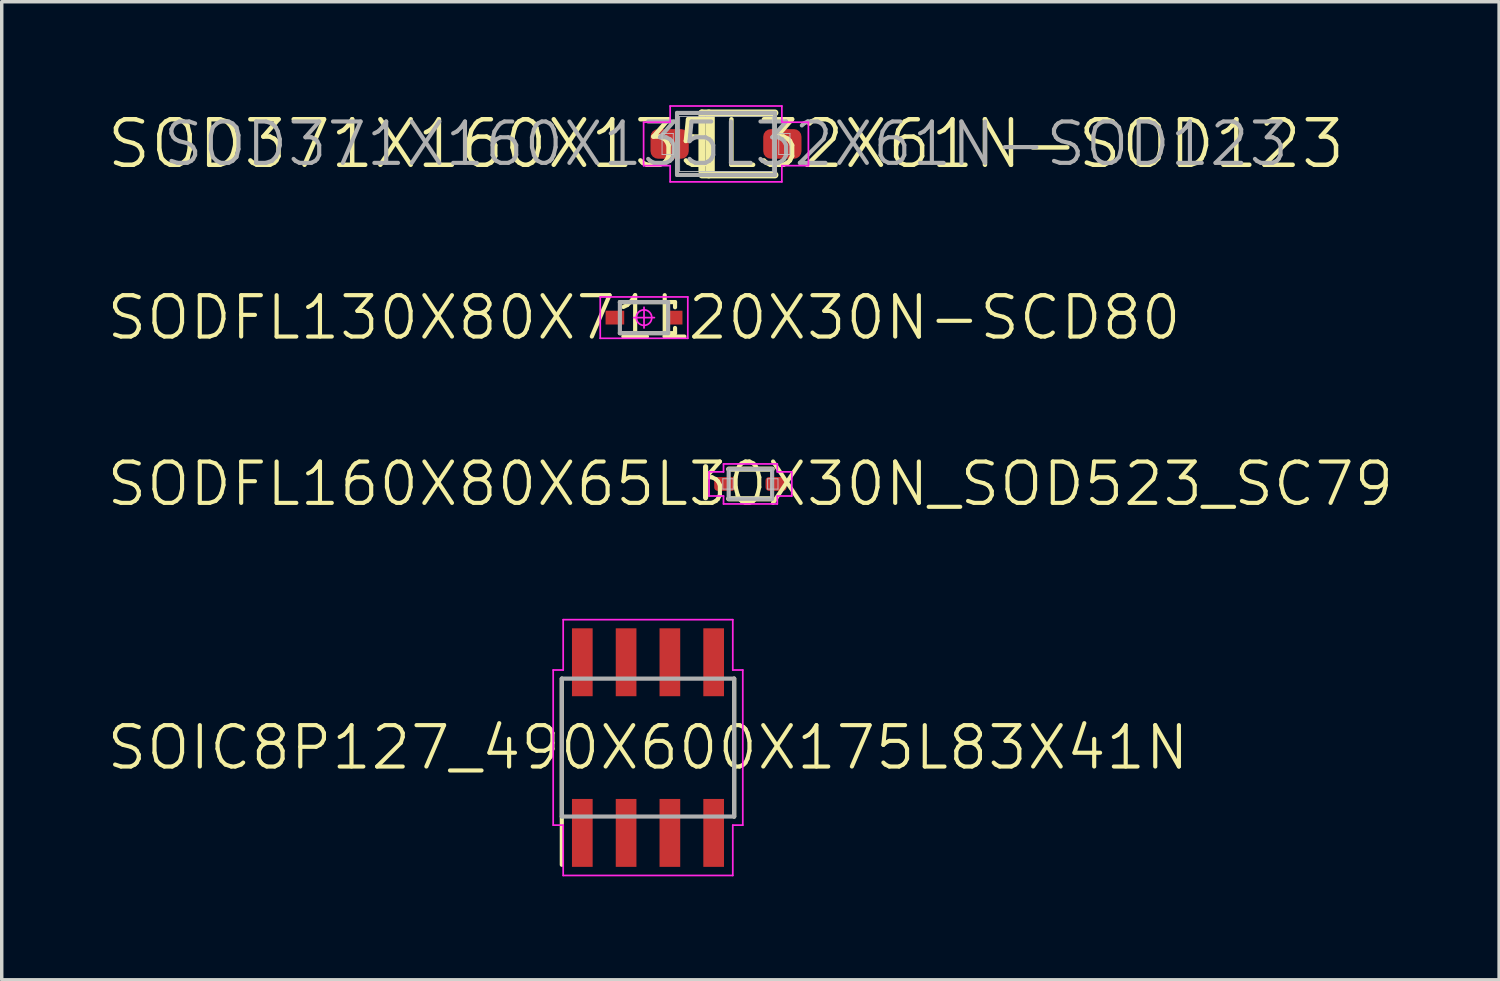
<source format=kicad_pcb>
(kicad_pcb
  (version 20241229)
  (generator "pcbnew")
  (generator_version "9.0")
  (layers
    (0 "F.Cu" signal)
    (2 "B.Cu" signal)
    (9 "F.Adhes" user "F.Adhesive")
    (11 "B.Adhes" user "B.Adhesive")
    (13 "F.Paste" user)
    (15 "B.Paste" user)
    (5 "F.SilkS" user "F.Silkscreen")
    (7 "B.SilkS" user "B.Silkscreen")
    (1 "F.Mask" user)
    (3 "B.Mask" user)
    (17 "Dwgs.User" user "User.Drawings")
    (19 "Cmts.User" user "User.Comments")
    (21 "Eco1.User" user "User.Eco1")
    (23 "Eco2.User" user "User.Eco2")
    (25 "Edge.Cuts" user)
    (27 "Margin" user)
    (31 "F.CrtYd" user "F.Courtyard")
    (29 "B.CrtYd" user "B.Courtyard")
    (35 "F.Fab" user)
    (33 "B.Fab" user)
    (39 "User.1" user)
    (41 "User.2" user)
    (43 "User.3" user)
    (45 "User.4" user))
  (footprint "SODFL160X80X65L30X30N_SOD523_SC79"
    (layer "F.Cu")
    (at 18.717 10.988)
    (property "Reference" "SODFL160X80X65L30X30N_SOD523_SC79" (at 0 0 0) (layer "F.SilkS") (effects (font (size 1.2 1.2) (thickness 0.12))))
    (attr smd)
    (fp_line (start -1.3 -0.5) (end -1.3 0.4) (stroke (width 0.15) (type solid)) (layer "F.SilkS"))
    (fp_line (start -0.63 -0.43) (end 0.63 -0.43) (stroke (width 0.15) (type solid)) (layer "F.SilkS"))
    (fp_line (start 0.63 0.43) (end -0.63 0.43) (stroke (width 0.15) (type solid)) (layer "F.SilkS"))
    (fp_line (start -0.8 -0.15) (end -0.5 -0.15) (stroke (width 0.025) (type solid)) (layer "Dwgs.User"))
    (fp_line (start -0.8 0.15) (end -0.8 -0.15) (stroke (width 0.025) (type solid)) (layer "Dwgs.User"))
    (fp_line (start -0.6 -0.4) (end 0.6 -0.4) (stroke (width 0.025) (type solid)) (layer "Dwgs.User"))
    (fp_line (start -0.6 0.4) (end -0.6 -0.4) (stroke (width 0.025) (type solid)) (layer "Dwgs.User"))
    (fp_line (start -0.5 -0.15) (end -0.5 0.15) (stroke (width 0.025) (type solid)) (layer "Dwgs.User"))
    (fp_line (start -0.5 0.15) (end -0.8 0.15) (stroke (width 0.025) (type solid)) (layer "Dwgs.User"))
    (fp_line (start 0.5 -0.15) (end 0.8 -0.15) (stroke (width 0.025) (type solid)) (layer "Dwgs.User"))
    (fp_line (start 0.5 0.15) (end 0.5 -0.15) (stroke (width 0.025) (type solid)) (layer "Dwgs.User"))
    (fp_line (start 0.6 -0.4) (end 0.6 0.4) (stroke (width 0.025) (type solid)) (layer "Dwgs.User"))
    (fp_line (start 0.6 0.4) (end -0.6 0.4) (stroke (width 0.025) (type solid)) (layer "Dwgs.User"))
    (fp_line (start 0.8 -0.15) (end 0.8 0.15) (stroke (width 0.025) (type solid)) (layer "Dwgs.User"))
    (fp_line (start 0.8 0.15) (end 0.5 0.15) (stroke (width 0.025) (type solid)) (layer "Dwgs.User"))
    (fp_line (start -1.2 -0.35) (end -1.2 0.35) (stroke (width 0.05) (type solid)) (layer "F.CrtYd"))
    (fp_line (start -1.2 0.35) (end -0.78 0.35) (stroke (width 0.05) (type solid)) (layer "F.CrtYd"))
    (fp_line (start -0.78 -0.58) (end -0.78 -0.35) (stroke (width 0.05) (type solid)) (layer "F.CrtYd"))
    (fp_line (start -0.78 -0.35) (end -1.2 -0.35) (stroke (width 0.05) (type solid)) (layer "F.CrtYd"))
    (fp_line (start -0.78 0.35) (end -0.78 0.58) (stroke (width 0.05) (type solid)) (layer "F.CrtYd"))
    (fp_line (start -0.78 0.58) (end 0.78 0.58) (stroke (width 0.05) (type solid)) (layer "F.CrtYd"))
    (fp_line (start 0.78 -0.58) (end -0.78 -0.58) (stroke (width 0.05) (type solid)) (layer "F.CrtYd"))
    (fp_line (start 0.78 -0.35) (end 0.78 -0.58) (stroke (width 0.05) (type solid)) (layer "F.CrtYd"))
    (fp_line (start 0.78 0.35) (end 1.2 0.35) (stroke (width 0.05) (type solid)) (layer "F.CrtYd"))
    (fp_line (start 0.78 0.58) (end 0.78 0.35) (stroke (width 0.05) (type solid)) (layer "F.CrtYd"))
    (fp_line (start 1.2 -0.35) (end 0.78 -0.35) (stroke (width 0.05) (type solid)) (layer "F.CrtYd"))
    (fp_line (start 1.2 0.35) (end 1.2 -0.35) (stroke (width 0.05) (type solid)) (layer "F.CrtYd"))
    (fp_line (start -0.63 -0.43) (end 0.63 -0.43) (stroke (width 0.12) (type solid)) (layer "F.Fab"))
    (fp_line (start -0.63 0.43) (end -0.63 -0.43) (stroke (width 0.12) (type solid)) (layer "F.Fab"))
    (fp_line (start 0.63 -0.43) (end 0.63 0.43) (stroke (width 0.12) (type solid)) (layer "F.Fab"))
    (fp_line (start 0.63 0.43) (end -0.63 0.43) (stroke (width 0.12) (type solid)) (layer "F.Fab"))
    (pad "1" smd roundrect (at -0.745 0) (size 0.61 0.4) (layers "F.Cu" "F.Mask" "F.Paste") (roundrect_rratio 0.25))
    (pad "2" smd roundrect (at 0.745 0) (size 0.61 0.4) (layers "F.Cu" "F.Mask" "F.Paste") (roundrect_rratio 0.25)))
  (footprint "SOD371X160X135L32X61N-SOD123"
    (layer "F.Cu")
    (at 18.009 1.125)
    (property "Reference" "SOD371X160X135L32X61N-SOD123" (at 0 0 0) (layer "F.Fab") (effects (font (size 1.2 1.2) (thickness 0.12))))
    (attr smd)
    (fp_line (start -0.7 -0.9) (end -0.7 0.8) (stroke (width 0.2) (type solid)) (layer "F.SilkS"))
    (fp_line (start -0.7 -0.9) (end 1.42 -0.9) (stroke (width 0.2) (type solid)) (layer "F.SilkS"))
    (fp_line (start -0.7 0.8) (end -0.7 0.9) (stroke (width 0.15) (type solid)) (layer "F.SilkS"))
    (fp_line (start -0.5 -0.9) (end -0.5 0.9) (stroke (width 0.2) (type solid)) (layer "F.SilkS"))
    (fp_line (start -0.4 -0.9) (end -0.4 0.9) (stroke (width 0.15) (type solid)) (layer "F.SilkS"))
    (fp_line (start 1.42 0.9) (end -0.7 0.9) (stroke (width 0.2) (type solid)) (layer "F.SilkS"))
    (fp_line (start -1.855 -0.305) (end -1.53 -0.305) (stroke (width 0.025) (type solid)) (layer "Dwgs.User"))
    (fp_line (start -1.855 0.305) (end -1.855 -0.305) (stroke (width 0.025) (type solid)) (layer "Dwgs.User"))
    (fp_line (start -1.53 -0.305) (end -1.53 0.305) (stroke (width 0.025) (type solid)) (layer "Dwgs.User"))
    (fp_line (start -1.53 0.305) (end -1.855 0.305) (stroke (width 0.025) (type solid)) (layer "Dwgs.User"))
    (fp_line (start -1.345 -0.8) (end 1.345 -0.8) (stroke (width 0.025) (type solid)) (layer "Dwgs.User"))
    (fp_line (start -1.345 0.8) (end -1.345 -0.8) (stroke (width 0.025) (type solid)) (layer "Dwgs.User"))
    (fp_line (start 1.345 -0.8) (end 1.345 0.8) (stroke (width 0.025) (type solid)) (layer "Dwgs.User"))
    (fp_line (start 1.345 0.8) (end -1.345 0.8) (stroke (width 0.025) (type solid)) (layer "Dwgs.User"))
    (fp_line (start 1.53 -0.305) (end 1.855 -0.305) (stroke (width 0.025) (type solid)) (layer "Dwgs.User"))
    (fp_line (start 1.53 0.305) (end 1.53 -0.305) (stroke (width 0.025) (type solid)) (layer "Dwgs.User"))
    (fp_line (start 1.855 -0.305) (end 1.855 0.305) (stroke (width 0.025) (type solid)) (layer "Dwgs.User"))
    (fp_line (start 1.855 0.305) (end 1.53 0.305) (stroke (width 0.025) (type solid)) (layer "Dwgs.User"))
    (fp_line (start -2.39 -0.63) (end -2.39 0.63) (stroke (width 0.05) (type solid)) (layer "F.CrtYd"))
    (fp_line (start -2.39 0.63) (end -1.62 0.63) (stroke (width 0.05) (type solid)) (layer "F.CrtYd"))
    (fp_line (start -1.62 -1.1) (end -1.62 -0.63) (stroke (width 0.05) (type solid)) (layer "F.CrtYd"))
    (fp_line (start -1.62 -0.63) (end -2.39 -0.63) (stroke (width 0.05) (type solid)) (layer "F.CrtYd"))
    (fp_line (start -1.62 0.63) (end -1.62 1.1) (stroke (width 0.05) (type solid)) (layer "F.CrtYd"))
    (fp_line (start -1.62 1.1) (end 1.62 1.1) (stroke (width 0.05) (type solid)) (layer "F.CrtYd"))
    (fp_line (start 1.62 -1.1) (end -1.62 -1.1) (stroke (width 0.05) (type solid)) (layer "F.CrtYd"))
    (fp_line (start 1.62 -0.63) (end 1.62 -1.1) (stroke (width 0.05) (type solid)) (layer "F.CrtYd"))
    (fp_line (start 1.62 0.63) (end 2.39 0.63) (stroke (width 0.05) (type solid)) (layer "F.CrtYd"))
    (fp_line (start 1.62 1.1) (end 1.62 0.63) (stroke (width 0.05) (type solid)) (layer "F.CrtYd"))
    (fp_line (start 2.39 -0.63) (end 1.62 -0.63) (stroke (width 0.05) (type solid)) (layer "F.CrtYd"))
    (fp_line (start 2.39 0.63) (end 2.39 -0.63) (stroke (width 0.05) (type solid)) (layer "F.CrtYd"))
    (fp_line (start -1.42 -0.9) (end 1.42 -0.9) (stroke (width 0.12) (type solid)) (layer "F.Fab"))
    (fp_line (start -1.42 0.9) (end -1.42 -0.9) (stroke (width 0.12) (type solid)) (layer "F.Fab"))
    (fp_line (start 1.42 -0.9) (end 1.42 0.9) (stroke (width 0.12) (type solid)) (layer "F.Fab"))
    (fp_line (start 1.42 0.9) (end -1.42 0.9) (stroke (width 0.12) (type solid)) (layer "F.Fab"))
    (fp_text user "${REFERENCE}" (at 0 0 0) (layer "F.SilkS") (effects (font (size 1.32 1.32) (thickness 0.13))))
    (pad "A" smd roundrect (at 1.635 0) (size 1.11 0.86) (layers "F.Cu" "F.Mask" "F.Paste") (roundrect_rratio 0.256))
    (pad "K" smd roundrect (at -1.635 0) (size 1.11 0.86) (layers "F.Cu" "F.Mask" "F.Paste") (roundrect_rratio 0.256)))
  (footprint "SOIC8P127_490X600X175L83X41N"
    (layer "F.Cu")
    (at 15.746 18.635)
    (property "Reference" "SOIC8P127_490X600X175L83X41N" (at 0 0 0) (layer "F.SilkS") (effects (font (size 1.2 1.2) (thickness 0.12))))
    (attr smd)
    (fp_line (start -2.5 3.4) (end -2.5 -2) (stroke (width 0.12) (type solid)) (layer "F.SilkS"))
    (fp_line (start 2.5 2) (end 2.5 -2) (stroke (width 0.12) (type solid)) (layer "F.SilkS"))
    (fp_line (start -2.75 -2.25) (end -2.75 2.25) (stroke (width 0.05) (type solid)) (layer "F.CrtYd"))
    (fp_line (start -2.75 2.25) (end -2.46 2.25) (stroke (width 0.05) (type solid)) (layer "F.CrtYd"))
    (fp_line (start -2.46 -3.71) (end -2.46 -2.25) (stroke (width 0.05) (type solid)) (layer "F.CrtYd"))
    (fp_line (start -2.46 -2.25) (end -2.75 -2.25) (stroke (width 0.05) (type solid)) (layer "F.CrtYd"))
    (fp_line (start -2.46 2.25) (end -2.46 3.71) (stroke (width 0.05) (type solid)) (layer "F.CrtYd"))
    (fp_line (start -2.46 3.71) (end 2.46 3.71) (stroke (width 0.05) (type solid)) (layer "F.CrtYd"))
    (fp_line (start 2.46 -3.71) (end -2.46 -3.71) (stroke (width 0.05) (type solid)) (layer "F.CrtYd"))
    (fp_line (start 2.46 -2.25) (end 2.46 -3.71) (stroke (width 0.05) (type solid)) (layer "F.CrtYd"))
    (fp_line (start 2.46 2.25) (end 2.75 2.25) (stroke (width 0.05) (type solid)) (layer "F.CrtYd"))
    (fp_line (start 2.46 3.71) (end 2.46 2.25) (stroke (width 0.05) (type solid)) (layer "F.CrtYd"))
    (fp_line (start 2.75 -2.25) (end 2.46 -2.25) (stroke (width 0.05) (type solid)) (layer "F.CrtYd"))
    (fp_line (start 2.75 2.25) (end 2.75 -2.25) (stroke (width 0.05) (type solid)) (layer "F.CrtYd"))
    (fp_line (start -2.5 -2) (end 2.5 -2) (stroke (width 0.12) (type solid)) (layer "F.Fab"))
    (fp_line (start -2.5 2) (end -2.5 -2) (stroke (width 0.12) (type solid)) (layer "F.Fab"))
    (fp_line (start 2.5 -2) (end 2.5 2) (stroke (width 0.12) (type solid)) (layer "F.Fab"))
    (fp_line (start 2.5 2) (end -2.5 2) (stroke (width 0.12) (type solid)) (layer "F.Fab"))
    (pad "1" smd rect (at -1.905 2.475 90) (size 1.97 0.6) (layers "F.Cu" "F.Mask" "F.Paste"))
    (pad "2" smd rect (at -0.635 2.475 90) (size 1.97 0.6) (layers "F.Cu" "F.Mask" "F.Paste"))
    (pad "3" smd rect (at 0.635 2.475 90) (size 1.97 0.6) (layers "F.Cu" "F.Mask" "F.Paste"))
    (pad "4" smd rect (at 1.905 2.475 90) (size 1.97 0.6) (layers "F.Cu" "F.Mask" "F.Paste"))
    (pad "5" smd rect (at 1.905 -2.475 90) (size 1.97 0.6) (layers "F.Cu" "F.Mask" "F.Paste"))
    (pad "6" smd rect (at 0.635 -2.475 90) (size 1.97 0.6) (layers "F.Cu" "F.Mask" "F.Paste"))
    (pad "7" smd rect (at -0.635 -2.475 90) (size 1.97 0.6) (layers "F.Cu" "F.Mask" "F.Paste"))
    (pad "8" smd rect (at -1.905 -2.475 90) (size 1.97 0.6) (layers "F.Cu" "F.Mask" "F.Paste")))
  (footprint "SODFL130X80X71L20X30N-SCD80"
    (layer "F.Cu")
    (at 15.631 6.163)
    (property "Reference" "SODFL130X80X71L20X30N-SCD80" (at 0 0 0) (layer "F.SilkS") (effects (font (size 1.2 1.2) (thickness 0.12))))
    (attr smd)
    (fp_line (start -0.7 -0.45) (end 0.9 -0.45) (stroke (width 0.12) (type solid)) (layer "F.SilkS"))
    (fp_line (start 0.9 -0.45) (end 0.9 -0.3) (stroke (width 0.12) (type solid)) (layer "F.SilkS"))
    (fp_line (start 0.9 0.45) (end -0.7 0.45) (stroke (width 0.12) (type solid)) (layer "F.SilkS"))
    (fp_line (start 0.9 0.45) (end 0.9 0.3) (stroke (width 0.12) (type solid)) (layer "F.SilkS"))
    (fp_line (start -1.27 -0.6) (end 1.27 -0.6) (stroke (width 0.05) (type solid)) (layer "F.CrtYd"))
    (fp_line (start -1.27 0.6) (end -1.27 -0.6) (stroke (width 0.05) (type solid)) (layer "F.CrtYd"))
    (fp_line (start 0 -0.3) (end 0 0.3) (stroke (width 0.05) (type solid)) (layer "F.CrtYd"))
    (fp_line (start 0.3 0) (end -0.3 0) (stroke (width 0.05) (type solid)) (layer "F.CrtYd"))
    (fp_line (start 1.27 -0.6) (end 1.27 0.6) (stroke (width 0.05) (type solid)) (layer "F.CrtYd"))
    (fp_line (start 1.27 0.6) (end -1.27 0.6) (stroke (width 0.05) (type solid)) (layer "F.CrtYd"))
    (fp_circle (center 0 0) (end 0 0.225) (stroke (width 0.05) (type solid)) (fill no) (layer "F.CrtYd"))
    (fp_line (start -0.7 -0.45) (end 0.7 -0.45) (stroke (width 0.12) (type solid)) (layer "F.Fab"))
    (fp_line (start -0.7 0.45) (end -0.7 -0.45) (stroke (width 0.12) (type solid)) (layer "F.Fab"))
    (fp_line (start 0.7 -0.45) (end 0.7 0.45) (stroke (width 0.12) (type solid)) (layer "F.Fab"))
    (fp_line (start 0.7 0.45) (end -0.7 0.45) (stroke (width 0.12) (type solid)) (layer "F.Fab"))
    (pad "1" smd rect (at -0.845 0) (size 0.54 0.4) (layers "F.Cu" "F.Mask" "F.Paste"))
    (pad "2" smd rect (at 0.845 0) (size 0.54 0.4) (layers "F.Cu" "F.Mask" "F.Paste")))
  (gr_rect
    (start -3 -3)
    (end 40.434 25.37)
    (stroke (width 0.1) (type default))
    (fill no)
    (layer "Edge.Cuts")))
</source>
